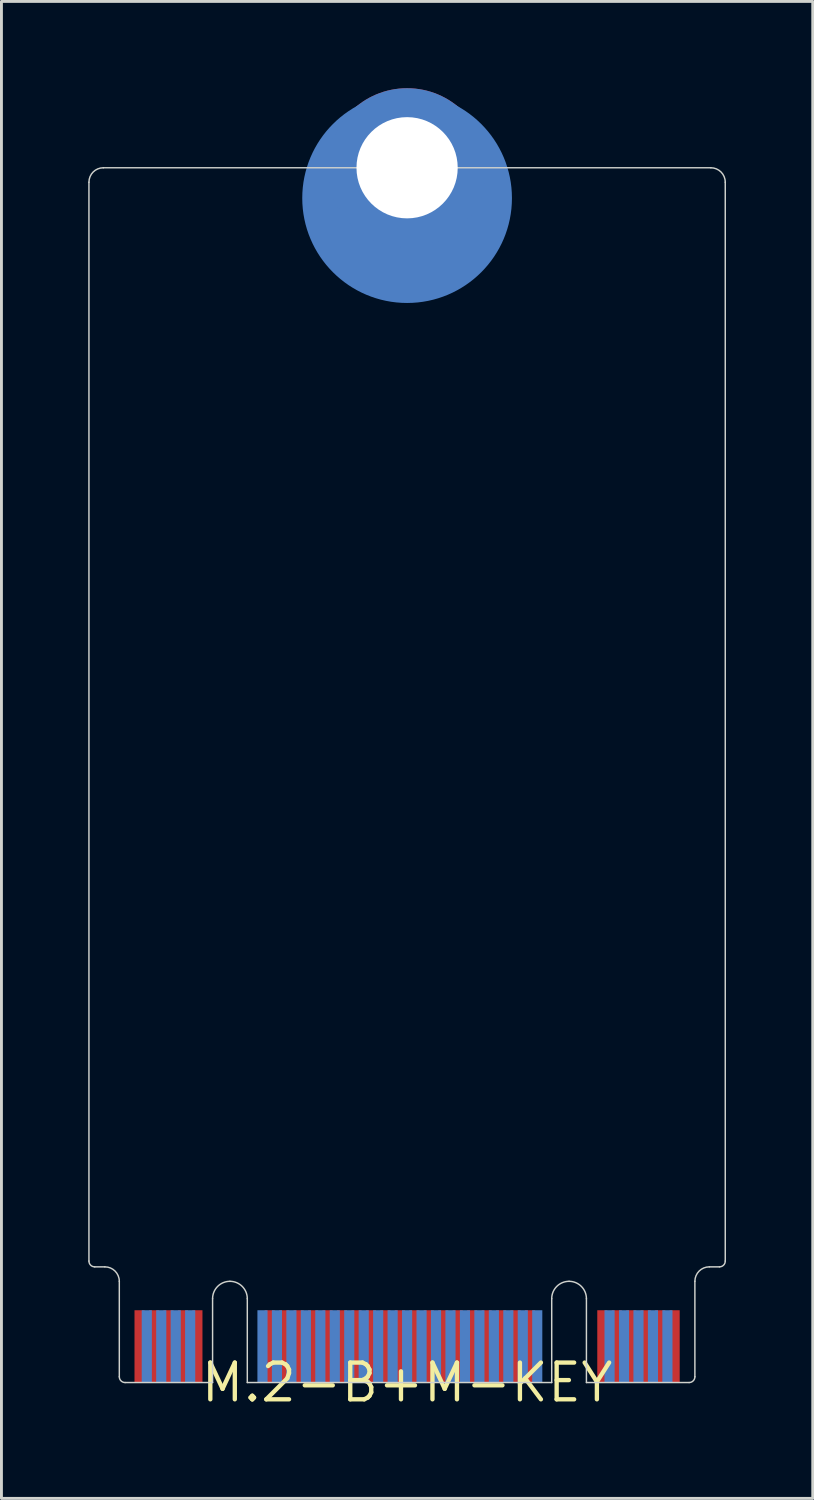
<source format=kicad_pcb>
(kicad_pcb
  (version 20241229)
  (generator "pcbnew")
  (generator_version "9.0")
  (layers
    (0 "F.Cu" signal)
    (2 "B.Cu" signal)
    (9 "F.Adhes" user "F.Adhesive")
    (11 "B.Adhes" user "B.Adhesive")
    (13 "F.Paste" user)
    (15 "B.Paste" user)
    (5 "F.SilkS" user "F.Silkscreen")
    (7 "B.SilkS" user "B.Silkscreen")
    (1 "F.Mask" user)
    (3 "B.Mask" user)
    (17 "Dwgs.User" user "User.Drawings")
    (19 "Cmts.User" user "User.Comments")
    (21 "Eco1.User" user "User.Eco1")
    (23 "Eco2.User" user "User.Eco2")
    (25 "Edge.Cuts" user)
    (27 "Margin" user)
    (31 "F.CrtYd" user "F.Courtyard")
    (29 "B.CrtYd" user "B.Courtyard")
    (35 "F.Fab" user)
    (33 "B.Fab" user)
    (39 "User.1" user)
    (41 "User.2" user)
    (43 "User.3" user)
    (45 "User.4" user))
  (footprint "M.2-B+M-KEY"
    (layer "F.Cu")
    (at 11.025 44.75)
    (property "Reference" "M.2-B+M-KEY" (at 0 0 0) (layer "F.SilkS") (effects (font (size 1.27 1.27) (thickness 0.15))))
    (attr through_hole)
    (fp_circle (center 0 -40.95) (end 3 -40.95) (stroke (width 1.25) (type solid)) (fill no) (layer "B.Cu"))
    (fp_poly (pts (xy -2.5 -38.5) (xy 2.5 -38.5) (xy 2.5 -43.5) (xy -2.5 -43.5)) (stroke (width 0) (type solid)) (fill yes) (layer "B.Cu"))
    (fp_line (start -11 -41.5) (end -11 -4.2) (stroke (width 0.05) (type solid)) (layer "Edge.Cuts"))
    (fp_line (start -10.8 -4) (end -10.45 -4) (stroke (width 0.05) (type solid)) (layer "Edge.Cuts"))
    (fp_line (start -9.95 -3.5) (end -9.95 -0.2) (stroke (width 0.05) (type solid)) (layer "Edge.Cuts"))
    (fp_line (start -6.725 -2.9) (end -6.725 0) (stroke (width 0.05) (type solid)) (layer "Edge.Cuts"))
    (fp_line (start -6.725 0) (end -9.75 0) (stroke (width 0.05) (type solid)) (layer "Edge.Cuts"))
    (fp_line (start -5.525 -2.9) (end -5.525 0) (stroke (width 0.05) (type solid)) (layer "Edge.Cuts"))
    (fp_line (start -5.525 0) (end 5 0) (stroke (width 0.05) (type solid)) (layer "Edge.Cuts"))
    (fp_line (start 5 -2.9) (end 5 0) (stroke (width 0.05) (type solid)) (layer "Edge.Cuts"))
    (fp_line (start 6.2 -2.9) (end 6.2 0) (stroke (width 0.05) (type solid)) (layer "Edge.Cuts"))
    (fp_line (start 6.2 0) (end 9.75 0) (stroke (width 0.05) (type solid)) (layer "Edge.Cuts"))
    (fp_line (start 9.95 -0.2) (end 9.95 -3.5) (stroke (width 0.05) (type solid)) (layer "Edge.Cuts"))
    (fp_line (start 10.45 -4) (end 10.8 -4) (stroke (width 0.05) (type solid)) (layer "Edge.Cuts"))
    (fp_line (start 10.5 -42) (end -10.5 -42) (stroke (width 0.05) (type solid)) (layer "Edge.Cuts"))
    (fp_line (start 11 -4.2) (end 11 -41.5) (stroke (width 0.05) (type solid)) (layer "Edge.Cuts"))
    (fp_arc (start -11 -41.5) (mid -10.853553 -41.853553) (end -10.5 -42) (stroke (width 0.05) (type solid)) (layer "Edge.Cuts"))
    (fp_arc (start -10.8 -4) (mid -10.941421 -4.058579) (end -11 -4.2) (stroke (width 0.05) (type solid)) (layer "Edge.Cuts"))
    (fp_arc (start -10.45 -4) (mid -10.096447 -3.853553) (end -9.95 -3.5) (stroke (width 0.05) (type solid)) (layer "Edge.Cuts"))
    (fp_arc (start -9.75 0) (mid -9.891421 -0.058579) (end -9.95 -0.2) (stroke (width 0.05) (type solid)) (layer "Edge.Cuts"))
    (fp_arc (start -6.725 -2.9) (mid -6.549264 -3.324264) (end -6.125 -3.5) (stroke (width 0.05) (type solid)) (layer "Edge.Cuts"))
    (fp_arc (start -6.125 -3.5) (mid -5.700736 -3.324264) (end -5.525 -2.9) (stroke (width 0.05) (type solid)) (layer "Edge.Cuts"))
    (fp_arc (start 5 -2.9) (mid 5.175736 -3.324264) (end 5.6 -3.5) (stroke (width 0.05) (type solid)) (layer "Edge.Cuts"))
    (fp_arc (start 5.6 -3.5) (mid 6.024264 -3.324264) (end 6.2 -2.9) (stroke (width 0.05) (type solid)) (layer "Edge.Cuts"))
    (fp_arc (start 9.95 -3.5) (mid 10.096447 -3.853553) (end 10.45 -4) (stroke (width 0.05) (type solid)) (layer "Edge.Cuts"))
    (fp_arc (start 9.95 -0.2) (mid 9.891421 -0.058579) (end 9.75 0) (stroke (width 0.05) (type solid)) (layer "Edge.Cuts"))
    (fp_arc (start 10.5 -42) (mid 10.853553 -41.853553) (end 11 -41.5) (stroke (width 0.05) (type solid)) (layer "Edge.Cuts"))
    (fp_arc (start 11 -4.2) (mid 10.941421 -4.058579) (end 10.8 -4) (stroke (width 0.05) (type solid)) (layer "Edge.Cuts"))
    (pad "MOUNTING-HOLE" thru_hole circle (at 0 -42) (size 5.5 5.5) (drill 3.5) (layers "*.Cu" "*.Mask"))
    (pad "P$1" smd rect (at 9.25 -1.25) (size 0.35 2.5) (layers "F.Cu" "F.Mask" "F.Paste"))
    (pad "P$2" smd rect (at 9 -1.25) (size 0.35 2.5) (layers "B.Cu" "B.Mask" "B.Paste"))
    (pad "P$3" smd rect (at 8.75 -1.25) (size 0.35 2.5) (layers "F.Cu" "F.Mask" "F.Paste"))
    (pad "P$4" smd rect (at 8.5 -1.25) (size 0.35 2.5) (layers "B.Cu" "B.Mask" "B.Paste"))
    (pad "P$5" smd rect (at 8.25 -1.25) (size 0.35 2.5) (layers "F.Cu" "F.Mask" "F.Paste"))
    (pad "P$6" smd rect (at 8 -1.25) (size 0.35 2.5) (layers "B.Cu" "B.Mask" "B.Paste"))
    (pad "P$7" smd rect (at 7.75 -1.25) (size 0.35 2.5) (layers "F.Cu" "F.Mask" "F.Paste"))
    (pad "P$8" smd rect (at 7.5 -1.25) (size 0.35 2.5) (layers "B.Cu" "B.Mask" "B.Paste"))
    (pad "P$9" smd rect (at 7.25 -1.25) (size 0.35 2.5) (layers "F.Cu" "F.Mask" "F.Paste"))
    (pad "P$10" smd rect (at 7 -1.25) (size 0.35 2.5) (layers "B.Cu" "B.Mask" "B.Paste"))
    (pad "P$11" smd rect (at 6.75 -1.25) (size 0.35 2.5) (layers "F.Cu" "F.Mask" "F.Paste"))
    (pad "P$20" smd rect (at 4.5 -1.25) (size 0.35 2.5) (layers "B.Cu" "B.Mask" "B.Paste"))
    (pad "P$21" smd rect (at 4.25 -1.25) (size 0.35 2.5) (layers "F.Cu" "F.Mask" "F.Paste"))
    (pad "P$22" smd rect (at 4 -1.25) (size 0.35 2.5) (layers "B.Cu" "B.Mask" "B.Paste"))
    (pad "P$23" smd rect (at 3.75 -1.25) (size 0.35 2.5) (layers "F.Cu" "F.Mask" "F.Paste"))
    (pad "P$24" smd rect (at 3.5 -1.25) (size 0.35 2.5) (layers "B.Cu" "B.Mask" "B.Paste"))
    (pad "P$25" smd rect (at 3.25 -1.25) (size 0.35 2.5) (layers "F.Cu" "F.Mask" "F.Paste"))
    (pad "P$26" smd rect (at 3 -1.25) (size 0.35 2.5) (layers "B.Cu" "B.Mask" "B.Paste"))
    (pad "P$27" smd rect (at 2.75 -1.25) (size 0.35 2.5) (layers "F.Cu" "F.Mask" "F.Paste"))
    (pad "P$28" smd rect (at 2.5 -1.25) (size 0.35 2.5) (layers "B.Cu" "B.Mask" "B.Paste"))
    (pad "P$29" smd rect (at 2.25 -1.25) (size 0.35 2.5) (layers "F.Cu" "F.Mask" "F.Paste"))
    (pad "P$30" smd rect (at 2 -1.25) (size 0.35 2.5) (layers "B.Cu" "B.Mask" "B.Paste"))
    (pad "P$31" smd rect (at 1.75 -1.25) (size 0.35 2.5) (layers "F.Cu" "F.Mask" "F.Paste"))
    (pad "P$32" smd rect (at 1.5 -1.25) (size 0.35 2.5) (layers "B.Cu" "B.Mask" "B.Paste"))
    (pad "P$33" smd rect (at 1.25 -1.25) (size 0.35 2.5) (layers "F.Cu" "F.Mask" "F.Paste"))
    (pad "P$34" smd rect (at 1 -1.25) (size 0.35 2.5) (layers "B.Cu" "B.Mask" "B.Paste"))
    (pad "P$35" smd rect (at 0.75 -1.25) (size 0.35 2.5) (layers "F.Cu" "F.Mask" "F.Paste"))
    (pad "P$36" smd rect (at 0.5 -1.25) (size 0.35 2.5) (layers "B.Cu" "B.Mask" "B.Paste"))
    (pad "P$37" smd rect (at 0.25 -1.25) (size 0.35 2.5) (layers "F.Cu" "F.Mask" "F.Paste"))
    (pad "P$38" smd rect (at 0 -1.25) (size 0.35 2.5) (layers "B.Cu" "B.Mask" "B.Paste"))
    (pad "P$39" smd rect (at -0.25 -1.25) (size 0.35 2.5) (layers "F.Cu" "F.Mask" "F.Paste"))
    (pad "P$40" smd rect (at -0.5 -1.25) (size 0.35 2.5) (layers "B.Cu" "B.Mask" "B.Paste"))
    (pad "P$41" smd rect (at -0.75 -1.25) (size 0.35 2.5) (layers "F.Cu" "F.Mask" "F.Paste"))
    (pad "P$42" smd rect (at -1 -1.25) (size 0.35 2.5) (layers "B.Cu" "B.Mask" "B.Paste"))
    (pad "P$43" smd rect (at -1.25 -1.25) (size 0.35 2.5) (layers "F.Cu" "F.Mask" "F.Paste"))
    (pad "P$44" smd rect (at -1.5 -1.25) (size 0.35 2.5) (layers "B.Cu" "B.Mask" "B.Paste"))
    (pad "P$45" smd rect (at -1.75 -1.25) (size 0.35 2.5) (layers "F.Cu" "F.Mask" "F.Paste"))
    (pad "P$46" smd rect (at -2 -1.25) (size 0.35 2.5) (layers "B.Cu" "B.Mask" "B.Paste"))
    (pad "P$47" smd rect (at -2.25 -1.25) (size 0.35 2.5) (layers "F.Cu" "F.Mask" "F.Paste"))
    (pad "P$48" smd rect (at -2.5 -1.25) (size 0.35 2.5) (layers "B.Cu" "B.Mask" "B.Paste"))
    (pad "P$49" smd rect (at -2.75 -1.25) (size 0.35 2.5) (layers "F.Cu" "F.Mask" "F.Paste"))
    (pad "P$50" smd rect (at -3 -1.25) (size 0.35 2.5) (layers "B.Cu" "B.Mask" "B.Paste"))
    (pad "P$51" smd rect (at -3.25 -1.25) (size 0.35 2.5) (layers "F.Cu" "F.Mask" "F.Paste"))
    (pad "P$52" smd rect (at -3.5 -1.25) (size 0.35 2.5) (layers "B.Cu" "B.Mask" "B.Paste"))
    (pad "P$53" smd rect (at -3.75 -1.25) (size 0.35 2.5) (layers "F.Cu" "F.Mask" "F.Paste"))
    (pad "P$54" smd rect (at -4 -1.25) (size 0.35 2.5) (layers "B.Cu" "B.Mask" "B.Paste"))
    (pad "P$55" smd rect (at -4.25 -1.25) (size 0.35 2.5) (layers "F.Cu" "F.Mask" "F.Paste"))
    (pad "P$56" smd rect (at -4.5 -1.25) (size 0.35 2.5) (layers "B.Cu" "B.Mask" "B.Paste"))
    (pad "P$57" smd rect (at -4.75 -1.25) (size 0.35 2.5) (layers "F.Cu" "F.Mask" "F.Paste"))
    (pad "P$58" smd rect (at -5 -1.25) (size 0.35 2.5) (layers "B.Cu" "B.Mask" "B.Paste"))
    (pad "P$67" smd rect (at -7.25 -1.25) (size 0.35 2.5) (layers "F.Cu" "F.Mask" "F.Paste"))
    (pad "P$68" smd rect (at -7.5 -1.25) (size 0.35 2.5) (layers "B.Cu" "B.Mask" "B.Paste"))
    (pad "P$69" smd rect (at -7.75 -1.25) (size 0.35 2.5) (layers "F.Cu" "F.Mask" "F.Paste"))
    (pad "P$70" smd rect (at -8 -1.25) (size 0.35 2.5) (layers "B.Cu" "B.Mask" "B.Paste"))
    (pad "P$71" smd rect (at -8.25 -1.25) (size 0.35 2.5) (layers "F.Cu" "F.Mask" "F.Paste"))
    (pad "P$72" smd rect (at -8.5 -1.25) (size 0.35 2.5) (layers "B.Cu" "B.Mask" "B.Paste"))
    (pad "P$73" smd rect (at -8.75 -1.25) (size 0.35 2.5) (layers "F.Cu" "F.Mask" "F.Paste"))
    (pad "P$74" smd rect (at -9 -1.25) (size 0.35 2.5) (layers "B.Cu" "B.Mask" "B.Paste"))
    (pad "P$75" smd rect (at -9.25 -1.25) (size 0.35 2.5) (layers "F.Cu" "F.Mask" "F.Paste")))
  (gr_rect
    (start -3 -3)
    (end 25.05 48.756)
    (stroke (width 0.1) (type default))
    (fill no)
    (layer "Edge.Cuts")))
</source>
